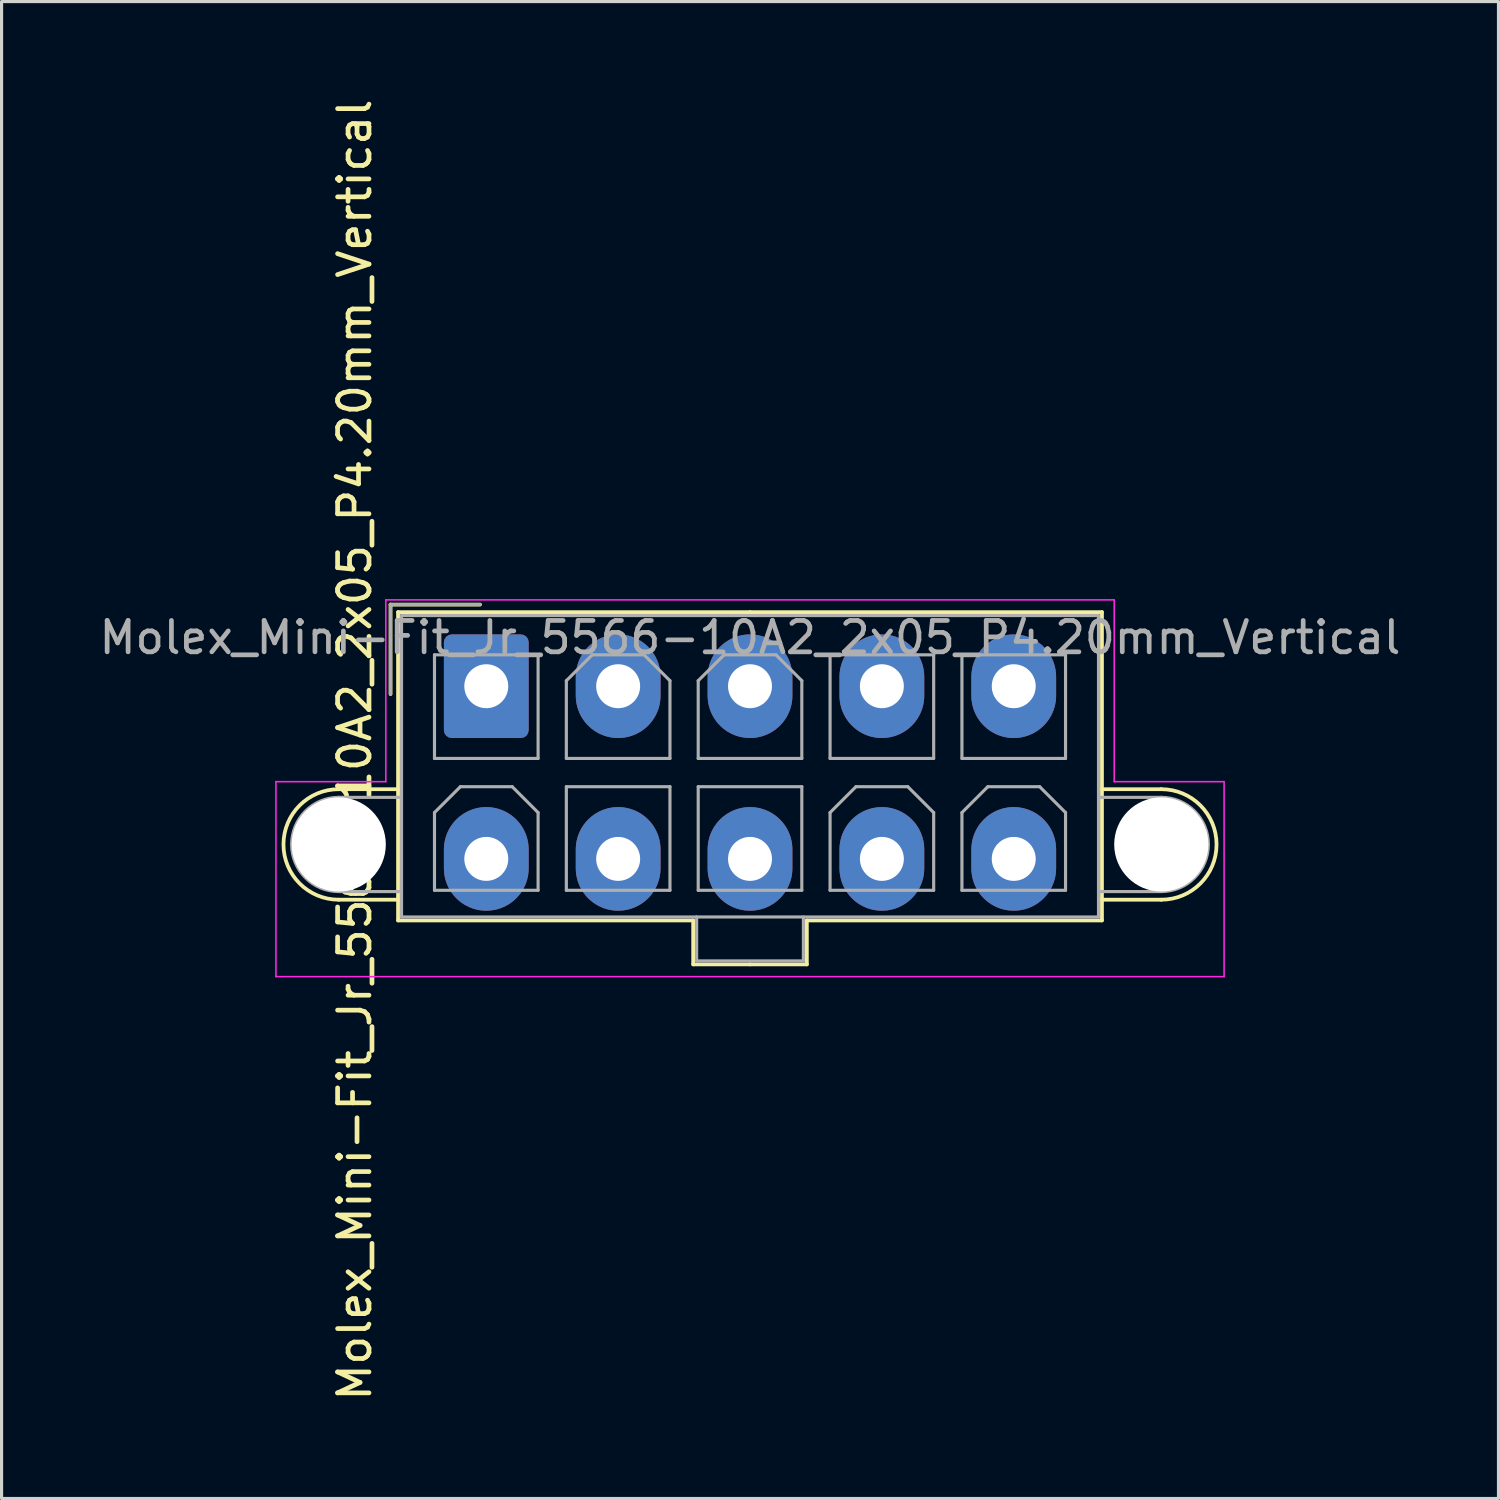
<source format=kicad_pcb>
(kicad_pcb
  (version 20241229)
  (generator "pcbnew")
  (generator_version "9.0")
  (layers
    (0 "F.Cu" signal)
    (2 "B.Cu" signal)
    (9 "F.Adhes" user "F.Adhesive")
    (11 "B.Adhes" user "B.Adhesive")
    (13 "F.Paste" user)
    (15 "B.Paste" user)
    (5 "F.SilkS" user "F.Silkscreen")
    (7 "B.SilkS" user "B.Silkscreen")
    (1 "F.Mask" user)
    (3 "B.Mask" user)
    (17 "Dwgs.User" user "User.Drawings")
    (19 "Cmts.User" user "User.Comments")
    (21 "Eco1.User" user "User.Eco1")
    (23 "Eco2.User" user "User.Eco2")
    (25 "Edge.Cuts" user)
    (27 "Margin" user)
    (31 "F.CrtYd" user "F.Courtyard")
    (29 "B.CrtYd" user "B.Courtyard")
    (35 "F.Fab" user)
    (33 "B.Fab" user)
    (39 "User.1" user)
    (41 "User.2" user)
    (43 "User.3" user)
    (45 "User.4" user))
  (footprint "Molex_Mini-Fit_Jr_5566-10A2_2x05_P4.20mm_Vertical"
    (layer "F.Cu")
    (at 12.439 18.807)
    (property "Reference" "Molex_Mini-Fit_Jr_5566-10A2_2x05_P4.20mm_Vertical" (at -4.191 2.032 90) (layer "F.SilkS") (effects (font (size 1 1) (thickness 0.15))))
    (attr through_hole)
    (fp_line (start -4.7 3.28) (end -2.81 3.28) (stroke (width 0.12) (type solid)) (layer "F.SilkS"))
    (fp_line (start -4.7 6.8) (end -2.81 6.8) (stroke (width 0.12) (type solid)) (layer "F.SilkS"))
    (fp_line (start -3.05 -2.6) (end -3.05 0.25) (stroke (width 0.12) (type solid)) (layer "F.SilkS"))
    (fp_line (start -2.81 -2.36) (end -2.81 7.46) (stroke (width 0.12) (type solid)) (layer "F.SilkS"))
    (fp_line (start -2.81 7.46) (end 6.59 7.46) (stroke (width 0.12) (type solid)) (layer "F.SilkS"))
    (fp_line (start -0.2 -2.6) (end -3.05 -2.6) (stroke (width 0.12) (type solid)) (layer "F.SilkS"))
    (fp_line (start 6.59 7.46) (end 6.59 8.86) (stroke (width 0.12) (type solid)) (layer "F.SilkS"))
    (fp_line (start 6.59 8.86) (end 8.4 8.86) (stroke (width 0.12) (type solid)) (layer "F.SilkS"))
    (fp_line (start 8.4 -2.36) (end -2.81 -2.36) (stroke (width 0.12) (type solid)) (layer "F.SilkS"))
    (fp_line (start 8.4 -2.36) (end 19.61 -2.36) (stroke (width 0.12) (type solid)) (layer "F.SilkS"))
    (fp_line (start 10.21 7.46) (end 10.21 8.86) (stroke (width 0.12) (type solid)) (layer "F.SilkS"))
    (fp_line (start 10.21 8.86) (end 8.4 8.86) (stroke (width 0.12) (type solid)) (layer "F.SilkS"))
    (fp_line (start 19.61 -2.36) (end 19.61 7.46) (stroke (width 0.12) (type solid)) (layer "F.SilkS"))
    (fp_line (start 19.61 7.46) (end 10.21 7.46) (stroke (width 0.12) (type solid)) (layer "F.SilkS"))
    (fp_line (start 21.5 3.28) (end 19.61 3.28) (stroke (width 0.12) (type solid)) (layer "F.SilkS"))
    (fp_line (start 21.5 6.8) (end 19.61 6.8) (stroke (width 0.12) (type solid)) (layer "F.SilkS"))
    (fp_arc (start -4.7 6.8) (mid -6.46 5.04) (end -4.7 3.28) (stroke (width 0.12) (type solid)) (layer "F.SilkS"))
    (fp_arc (start 21.5 3.28) (mid 23.26 5.04) (end 21.5 6.8) (stroke (width 0.12) (type solid)) (layer "F.SilkS"))
    (fp_line (start -6.7 3.04) (end -6.7 9.25) (stroke (width 0.05) (type solid)) (layer "F.CrtYd"))
    (fp_line (start -6.7 9.25) (end 23.5 9.25) (stroke (width 0.05) (type solid)) (layer "F.CrtYd"))
    (fp_line (start -3.2 -2.75) (end -3.2 3.04) (stroke (width 0.05) (type solid)) (layer "F.CrtYd"))
    (fp_line (start -3.2 3.04) (end -6.7 3.04) (stroke (width 0.05) (type solid)) (layer "F.CrtYd"))
    (fp_line (start 20 -2.75) (end -3.2 -2.75) (stroke (width 0.05) (type solid)) (layer "F.CrtYd"))
    (fp_line (start 20 3.04) (end 20 -2.75) (stroke (width 0.05) (type solid)) (layer "F.CrtYd"))
    (fp_line (start 23.5 3.04) (end 20 3.04) (stroke (width 0.05) (type solid)) (layer "F.CrtYd"))
    (fp_line (start 23.5 9.25) (end 23.5 3.04) (stroke (width 0.05) (type solid)) (layer "F.CrtYd"))
    (fp_line (start -4.7 3.54) (end -2.7 3.54) (stroke (width 0.1) (type solid)) (layer "F.Fab"))
    (fp_line (start -4.7 6.54) (end -2.7 6.54) (stroke (width 0.1) (type solid)) (layer "F.Fab"))
    (fp_line (start -3.05 -2.6) (end -3.05 0.25) (stroke (width 0.1) (type solid)) (layer "F.Fab"))
    (fp_line (start -2.7 -2.25) (end -2.7 7.35) (stroke (width 0.1) (type solid)) (layer "F.Fab"))
    (fp_line (start -2.7 7.35) (end 19.5 7.35) (stroke (width 0.1) (type solid)) (layer "F.Fab"))
    (fp_line (start -1.65 -1) (end -1.65 2.3) (stroke (width 0.1) (type solid)) (layer "F.Fab"))
    (fp_line (start -1.65 2.3) (end 1.65 2.3) (stroke (width 0.1) (type solid)) (layer "F.Fab"))
    (fp_line (start -1.65 4.025) (end -0.825 3.2) (stroke (width 0.1) (type solid)) (layer "F.Fab"))
    (fp_line (start -1.65 6.5) (end -1.65 4.025) (stroke (width 0.1) (type solid)) (layer "F.Fab"))
    (fp_line (start -0.825 3.2) (end 0.825 3.2) (stroke (width 0.1) (type solid)) (layer "F.Fab"))
    (fp_line (start -0.2 -2.6) (end -3.05 -2.6) (stroke (width 0.1) (type solid)) (layer "F.Fab"))
    (fp_line (start 0.825 3.2) (end 1.65 4.025) (stroke (width 0.1) (type solid)) (layer "F.Fab"))
    (fp_line (start 1.65 -1) (end -1.65 -1) (stroke (width 0.1) (type solid)) (layer "F.Fab"))
    (fp_line (start 1.65 2.3) (end 1.65 -1) (stroke (width 0.1) (type solid)) (layer "F.Fab"))
    (fp_line (start 1.65 4.025) (end 1.65 6.5) (stroke (width 0.1) (type solid)) (layer "F.Fab"))
    (fp_line (start 1.65 6.5) (end -1.65 6.5) (stroke (width 0.1) (type solid)) (layer "F.Fab"))
    (fp_line (start 2.55 -0.175) (end 3.375 -1) (stroke (width 0.1) (type solid)) (layer "F.Fab"))
    (fp_line (start 2.55 2.3) (end 2.55 -0.175) (stroke (width 0.1) (type solid)) (layer "F.Fab"))
    (fp_line (start 2.55 3.2) (end 2.55 6.5) (stroke (width 0.1) (type solid)) (layer "F.Fab"))
    (fp_line (start 2.55 6.5) (end 5.85 6.5) (stroke (width 0.1) (type solid)) (layer "F.Fab"))
    (fp_line (start 3.375 -1) (end 5.025 -1) (stroke (width 0.1) (type solid)) (layer "F.Fab"))
    (fp_line (start 5.025 -1) (end 5.85 -0.175) (stroke (width 0.1) (type solid)) (layer "F.Fab"))
    (fp_line (start 5.85 -0.175) (end 5.85 2.3) (stroke (width 0.1) (type solid)) (layer "F.Fab"))
    (fp_line (start 5.85 2.3) (end 2.55 2.3) (stroke (width 0.1) (type solid)) (layer "F.Fab"))
    (fp_line (start 5.85 3.2) (end 2.55 3.2) (stroke (width 0.1) (type solid)) (layer "F.Fab"))
    (fp_line (start 5.85 6.5) (end 5.85 3.2) (stroke (width 0.1) (type solid)) (layer "F.Fab"))
    (fp_line (start 6.7 7.35) (end 6.7 8.75) (stroke (width 0.1) (type solid)) (layer "F.Fab"))
    (fp_line (start 6.7 8.75) (end 10.1 8.75) (stroke (width 0.1) (type solid)) (layer "F.Fab"))
    (fp_line (start 6.75 -0.175) (end 7.575 -1) (stroke (width 0.1) (type solid)) (layer "F.Fab"))
    (fp_line (start 6.75 2.3) (end 6.75 -0.175) (stroke (width 0.1) (type solid)) (layer "F.Fab"))
    (fp_line (start 6.75 3.2) (end 6.75 6.5) (stroke (width 0.1) (type solid)) (layer "F.Fab"))
    (fp_line (start 6.75 6.5) (end 10.05 6.5) (stroke (width 0.1) (type solid)) (layer "F.Fab"))
    (fp_line (start 7.575 -1) (end 9.225 -1) (stroke (width 0.1) (type solid)) (layer "F.Fab"))
    (fp_line (start 9.225 -1) (end 10.05 -0.175) (stroke (width 0.1) (type solid)) (layer "F.Fab"))
    (fp_line (start 10.05 -0.175) (end 10.05 2.3) (stroke (width 0.1) (type solid)) (layer "F.Fab"))
    (fp_line (start 10.05 2.3) (end 6.75 2.3) (stroke (width 0.1) (type solid)) (layer "F.Fab"))
    (fp_line (start 10.05 3.2) (end 6.75 3.2) (stroke (width 0.1) (type solid)) (layer "F.Fab"))
    (fp_line (start 10.05 6.5) (end 10.05 3.2) (stroke (width 0.1) (type solid)) (layer "F.Fab"))
    (fp_line (start 10.1 8.75) (end 10.1 7.35) (stroke (width 0.1) (type solid)) (layer "F.Fab"))
    (fp_line (start 10.95 -1) (end 10.95 2.3) (stroke (width 0.1) (type solid)) (layer "F.Fab"))
    (fp_line (start 10.95 2.3) (end 14.25 2.3) (stroke (width 0.1) (type solid)) (layer "F.Fab"))
    (fp_line (start 10.95 4.025) (end 11.775 3.2) (stroke (width 0.1) (type solid)) (layer "F.Fab"))
    (fp_line (start 10.95 6.5) (end 10.95 4.025) (stroke (width 0.1) (type solid)) (layer "F.Fab"))
    (fp_line (start 11.775 3.2) (end 13.425 3.2) (stroke (width 0.1) (type solid)) (layer "F.Fab"))
    (fp_line (start 13.425 3.2) (end 14.25 4.025) (stroke (width 0.1) (type solid)) (layer "F.Fab"))
    (fp_line (start 14.25 -1) (end 10.95 -1) (stroke (width 0.1) (type solid)) (layer "F.Fab"))
    (fp_line (start 14.25 2.3) (end 14.25 -1) (stroke (width 0.1) (type solid)) (layer "F.Fab"))
    (fp_line (start 14.25 4.025) (end 14.25 6.5) (stroke (width 0.1) (type solid)) (layer "F.Fab"))
    (fp_line (start 14.25 6.5) (end 10.95 6.5) (stroke (width 0.1) (type solid)) (layer "F.Fab"))
    (fp_line (start 15.15 -1) (end 15.15 2.3) (stroke (width 0.1) (type solid)) (layer "F.Fab"))
    (fp_line (start 15.15 2.3) (end 18.45 2.3) (stroke (width 0.1) (type solid)) (layer "F.Fab"))
    (fp_line (start 15.15 4.025) (end 15.975 3.2) (stroke (width 0.1) (type solid)) (layer "F.Fab"))
    (fp_line (start 15.15 6.5) (end 15.15 4.025) (stroke (width 0.1) (type solid)) (layer "F.Fab"))
    (fp_line (start 15.975 3.2) (end 17.625 3.2) (stroke (width 0.1) (type solid)) (layer "F.Fab"))
    (fp_line (start 17.625 3.2) (end 18.45 4.025) (stroke (width 0.1) (type solid)) (layer "F.Fab"))
    (fp_line (start 18.45 -1) (end 15.15 -1) (stroke (width 0.1) (type solid)) (layer "F.Fab"))
    (fp_line (start 18.45 2.3) (end 18.45 -1) (stroke (width 0.1) (type solid)) (layer "F.Fab"))
    (fp_line (start 18.45 4.025) (end 18.45 6.5) (stroke (width 0.1) (type solid)) (layer "F.Fab"))
    (fp_line (start 18.45 6.5) (end 15.15 6.5) (stroke (width 0.1) (type solid)) (layer "F.Fab"))
    (fp_line (start 19.5 -2.25) (end -2.7 -2.25) (stroke (width 0.1) (type solid)) (layer "F.Fab"))
    (fp_line (start 19.5 7.35) (end 19.5 -2.25) (stroke (width 0.1) (type solid)) (layer "F.Fab"))
    (fp_line (start 21.5 3.54) (end 19.5 3.54) (stroke (width 0.1) (type solid)) (layer "F.Fab"))
    (fp_line (start 21.5 6.54) (end 19.5 6.54) (stroke (width 0.1) (type solid)) (layer "F.Fab"))
    (fp_arc (start -4.7 6.54) (mid -6.2 5.04) (end -4.7 3.54) (stroke (width 0.1) (type solid)) (layer "F.Fab"))
    (fp_arc (start 21.5 3.54) (mid 23 5.04) (end 21.5 6.54) (stroke (width 0.1) (type solid)) (layer "F.Fab"))
    (fp_text user "${REFERENCE}" (at 8.4 -1.55 180) (layer "F.Fab") (effects (font (size 1 1) (thickness 0.15))))
    (pad "" np_thru_hole circle (at -4.7 5.04) (size 3 3) (drill 3) (layers "*.Cu" "*.Mask"))
    (pad "" np_thru_hole circle (at 21.5 5.04) (size 3 3) (drill 3) (layers "*.Cu" "*.Mask"))
    (pad "1" thru_hole roundrect (at 0 0) (size 2.7 3.3) (drill 1.4) (layers "*.Cu" "*.Mask") (roundrect_rratio 0.093))
    (pad "2" thru_hole oval (at 4.2 0) (size 2.7 3.3) (drill 1.4) (layers "*.Cu" "*.Mask"))
    (pad "3" thru_hole oval (at 8.4 0) (size 2.7 3.3) (drill 1.4) (layers "*.Cu" "*.Mask"))
    (pad "4" thru_hole oval (at 12.6 0) (size 2.7 3.3) (drill 1.4) (layers "*.Cu" "*.Mask"))
    (pad "5" thru_hole oval (at 16.8 0) (size 2.7 3.3) (drill 1.4) (layers "*.Cu" "*.Mask"))
    (pad "6" thru_hole oval (at 0 5.5) (size 2.7 3.3) (drill 1.4) (layers "*.Cu" "*.Mask"))
    (pad "7" thru_hole oval (at 4.2 5.5) (size 2.7 3.3) (drill 1.4) (layers "*.Cu" "*.Mask"))
    (pad "8" thru_hole oval (at 8.4 5.5) (size 2.7 3.3) (drill 1.4) (layers "*.Cu" "*.Mask"))
    (pad "9" thru_hole oval (at 12.6 5.5) (size 2.7 3.3) (drill 1.4) (layers "*.Cu" "*.Mask"))
    (pad "10" thru_hole oval (at 16.8 5.5) (size 2.7 3.3) (drill 1.4) (layers "*.Cu" "*.Mask")))
  (gr_rect
    (start -3 -3)
    (end 44.679 44.679)
    (stroke (width 0.1) (type default))
    (fill no)
    (layer "Edge.Cuts")))
</source>
